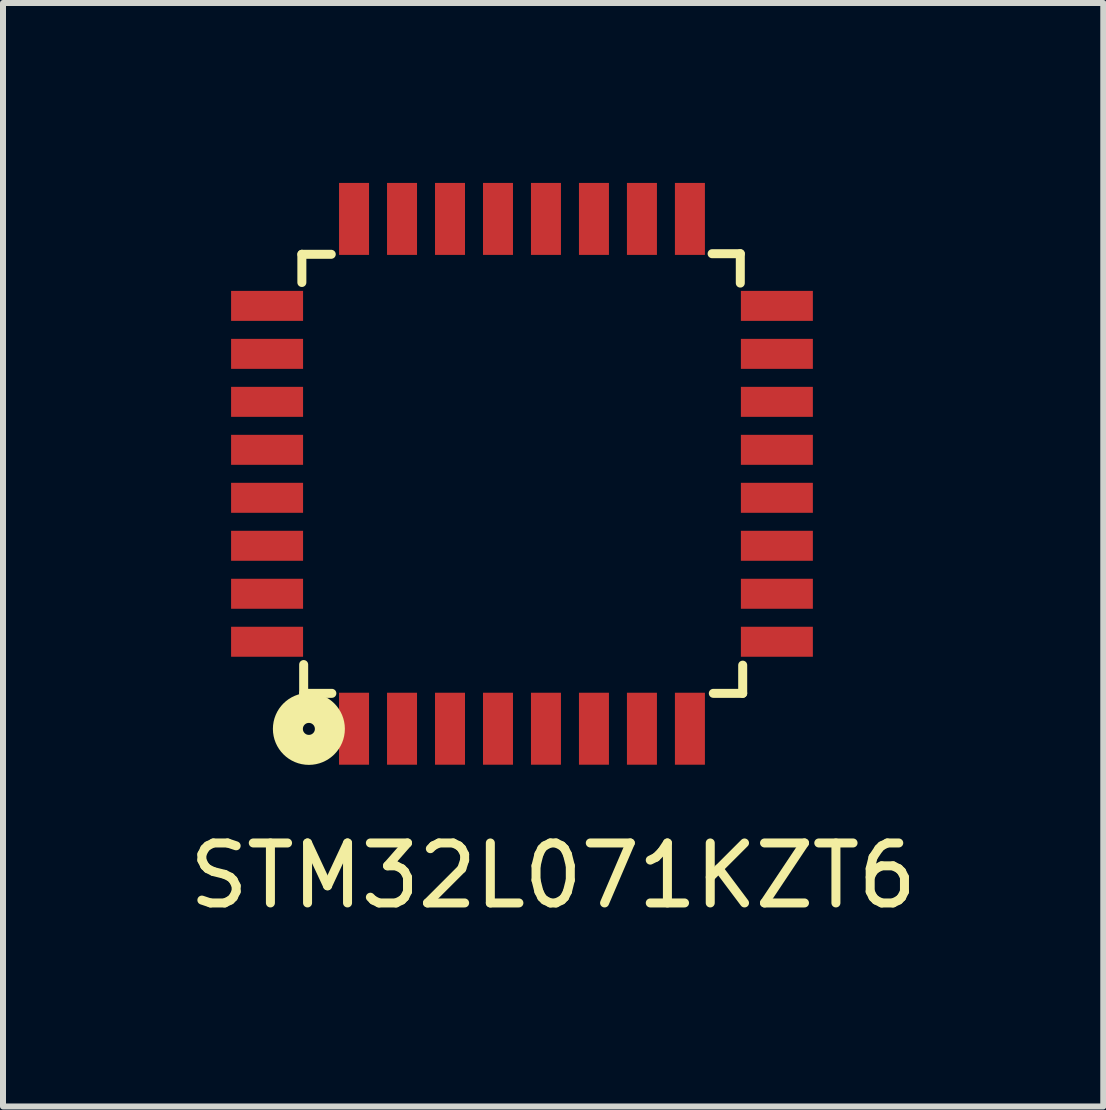
<source format=kicad_pcb>
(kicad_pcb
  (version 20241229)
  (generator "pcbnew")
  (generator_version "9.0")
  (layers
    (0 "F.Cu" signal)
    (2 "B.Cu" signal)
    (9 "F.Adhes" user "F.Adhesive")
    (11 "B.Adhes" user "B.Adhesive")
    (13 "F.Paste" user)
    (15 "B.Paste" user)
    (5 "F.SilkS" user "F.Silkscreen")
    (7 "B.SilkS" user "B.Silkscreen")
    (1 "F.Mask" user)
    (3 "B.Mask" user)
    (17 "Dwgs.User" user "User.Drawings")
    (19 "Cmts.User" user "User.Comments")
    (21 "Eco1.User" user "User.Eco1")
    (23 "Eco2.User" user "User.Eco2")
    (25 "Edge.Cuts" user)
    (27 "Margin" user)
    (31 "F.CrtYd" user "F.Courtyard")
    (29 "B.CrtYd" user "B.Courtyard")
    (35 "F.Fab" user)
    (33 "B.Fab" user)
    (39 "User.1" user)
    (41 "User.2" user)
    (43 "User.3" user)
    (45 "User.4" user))
  (footprint "STM32L071KZT6"
    (layer "F.Cu")
    (at 2.853 9.1)
    (property "Reference" "STM32L071KZT6" (at 3.32 2.45 0) (layer "F.SilkS") (effects (font (size 1 1) (thickness 0.15))))
    (attr through_hole)
    (fp_line (start -0.87 -7.91) (end -0.87 -7.44) (stroke (width 0.15) (type solid)) (layer "F.SilkS"))
    (fp_line (start -0.84 -1.07) (end -0.84 -0.59) (stroke (width 0.15) (type solid)) (layer "F.SilkS"))
    (fp_line (start -0.84 -0.59) (end -0.37 -0.59) (stroke (width 0.15) (type solid)) (layer "F.SilkS"))
    (fp_line (start -0.38 -7.91) (end -0.87 -7.91) (stroke (width 0.15) (type solid)) (layer "F.SilkS"))
    (fp_line (start 5.99 -0.59) (end 6.48 -0.59) (stroke (width 0.15) (type solid)) (layer "F.SilkS"))
    (fp_line (start 6.44 -7.92) (end 5.97 -7.92) (stroke (width 0.15) (type solid)) (layer "F.SilkS"))
    (fp_line (start 6.44 -7.43) (end 6.44 -7.92) (stroke (width 0.15) (type solid)) (layer "F.SilkS"))
    (fp_line (start 6.48 -0.59) (end 6.48 -1.06) (stroke (width 0.15) (type solid)) (layer "F.SilkS"))
    (fp_circle (center -0.753 0.003) (end -0.653 0.003) (stroke (width 0.5) (type solid)) (fill no) (layer "F.SilkS"))
    (pad "1" smd rect (at 0 0 180) (size 0.5 1.2) (layers "F.Cu" "F.Mask" "F.Paste"))
    (pad "2" smd rect (at 0.8 0 180) (size 0.5 1.2) (layers "F.Cu" "F.Mask" "F.Paste"))
    (pad "3" smd rect (at 1.6 0 180) (size 0.5 1.2) (layers "F.Cu" "F.Mask" "F.Paste"))
    (pad "4" smd rect (at 2.4 0 180) (size 0.5 1.2) (layers "F.Cu" "F.Mask" "F.Paste"))
    (pad "5" smd rect (at 3.2 0 180) (size 0.5 1.2) (layers "F.Cu" "F.Mask" "F.Paste"))
    (pad "6" smd rect (at 4 0 180) (size 0.5 1.2) (layers "F.Cu" "F.Mask" "F.Paste"))
    (pad "7" smd rect (at 4.8 0 180) (size 0.5 1.2) (layers "F.Cu" "F.Mask" "F.Paste"))
    (pad "8" smd rect (at 5.6 0 180) (size 0.5 1.2) (layers "F.Cu" "F.Mask" "F.Paste"))
    (pad "9" smd rect (at 7.05 -1.45 270) (size 0.5 1.2) (layers "F.Cu" "F.Mask" "F.Paste"))
    (pad "10" smd rect (at 7.05 -2.25 270) (size 0.5 1.2) (layers "F.Cu" "F.Mask" "F.Paste"))
    (pad "11" smd rect (at 7.05 -3.05 270) (size 0.5 1.2) (layers "F.Cu" "F.Mask" "F.Paste"))
    (pad "12" smd rect (at 7.05 -3.85 270) (size 0.5 1.2) (layers "F.Cu" "F.Mask" "F.Paste"))
    (pad "13" smd rect (at 7.05 -4.65 270) (size 0.5 1.2) (layers "F.Cu" "F.Mask" "F.Paste"))
    (pad "14" smd rect (at 7.05 -5.45 270) (size 0.5 1.2) (layers "F.Cu" "F.Mask" "F.Paste"))
    (pad "15" smd rect (at 7.05 -6.25 270) (size 0.5 1.2) (layers "F.Cu" "F.Mask" "F.Paste"))
    (pad "16" smd rect (at 7.05 -7.05 270) (size 0.5 1.2) (layers "F.Cu" "F.Mask" "F.Paste"))
    (pad "17" smd rect (at 5.6 -8.5 180) (size 0.5 1.2) (layers "F.Cu" "F.Mask" "F.Paste"))
    (pad "18" smd rect (at 4.8 -8.5 180) (size 0.5 1.2) (layers "F.Cu" "F.Mask" "F.Paste"))
    (pad "19" smd rect (at 4 -8.5 180) (size 0.5 1.2) (layers "F.Cu" "F.Mask" "F.Paste"))
    (pad "20" smd rect (at 3.2 -8.5 180) (size 0.5 1.2) (layers "F.Cu" "F.Mask" "F.Paste"))
    (pad "21" smd rect (at 2.4 -8.5 180) (size 0.5 1.2) (layers "F.Cu" "F.Mask" "F.Paste"))
    (pad "22" smd rect (at 1.6 -8.5 180) (size 0.5 1.2) (layers "F.Cu" "F.Mask" "F.Paste"))
    (pad "23" smd rect (at 0.8 -8.5 180) (size 0.5 1.2) (layers "F.Cu" "F.Mask" "F.Paste"))
    (pad "24" smd rect (at 0 -8.5 180) (size 0.5 1.2) (layers "F.Cu" "F.Mask" "F.Paste"))
    (pad "25" smd rect (at -1.45 -7.05 270) (size 0.5 1.2) (layers "F.Cu" "F.Mask" "F.Paste"))
    (pad "26" smd rect (at -1.45 -6.25 270) (size 0.5 1.2) (layers "F.Cu" "F.Mask" "F.Paste"))
    (pad "27" smd rect (at -1.45 -5.45 270) (size 0.5 1.2) (layers "F.Cu" "F.Mask" "F.Paste"))
    (pad "28" smd rect (at -1.45 -4.65 270) (size 0.5 1.2) (layers "F.Cu" "F.Mask" "F.Paste"))
    (pad "29" smd rect (at -1.45 -3.85 270) (size 0.5 1.2) (layers "F.Cu" "F.Mask" "F.Paste"))
    (pad "30" smd rect (at -1.45 -3.05 270) (size 0.5 1.2) (layers "F.Cu" "F.Mask" "F.Paste"))
    (pad "31" smd rect (at -1.45 -2.25 270) (size 0.5 1.2) (layers "F.Cu" "F.Mask" "F.Paste"))
    (pad "32" smd rect (at -1.45 -1.45 270) (size 0.5 1.2) (layers "F.Cu" "F.Mask" "F.Paste")))
  (gr_rect
    (start -3 -3)
    (end 15.345 15.398)
    (stroke (width 0.1) (type default))
    (fill no)
    (layer "Edge.Cuts")))
</source>
